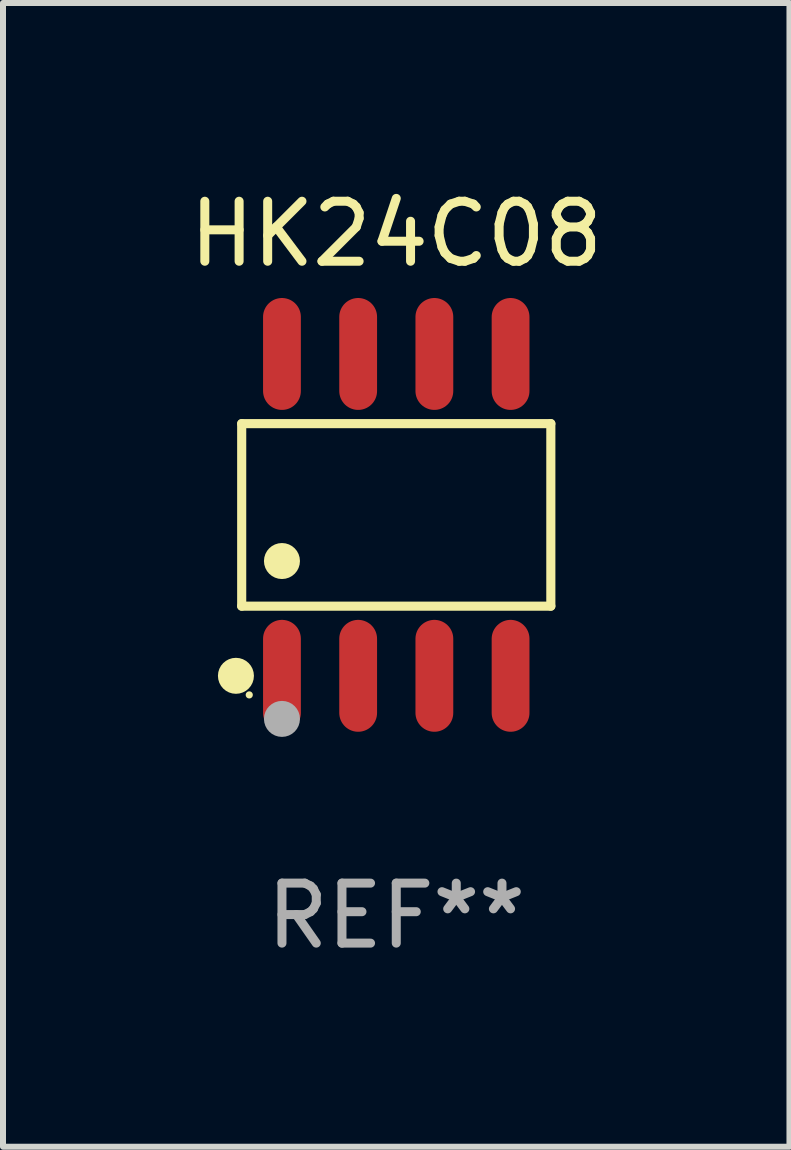
<source format=kicad_pcb>
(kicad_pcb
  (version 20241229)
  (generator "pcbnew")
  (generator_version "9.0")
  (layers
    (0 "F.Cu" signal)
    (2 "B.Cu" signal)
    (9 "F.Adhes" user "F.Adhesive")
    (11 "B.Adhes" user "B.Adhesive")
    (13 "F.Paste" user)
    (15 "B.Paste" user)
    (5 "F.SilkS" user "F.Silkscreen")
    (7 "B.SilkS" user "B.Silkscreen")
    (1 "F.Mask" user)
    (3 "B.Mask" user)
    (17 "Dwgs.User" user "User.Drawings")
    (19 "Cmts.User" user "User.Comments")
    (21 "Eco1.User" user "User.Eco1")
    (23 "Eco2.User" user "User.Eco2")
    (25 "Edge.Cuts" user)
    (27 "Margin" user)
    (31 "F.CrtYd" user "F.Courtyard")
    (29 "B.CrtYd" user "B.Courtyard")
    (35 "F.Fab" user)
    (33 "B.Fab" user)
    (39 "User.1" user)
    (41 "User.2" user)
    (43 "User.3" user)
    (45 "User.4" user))
  (footprint "HK24C08"
    (layer "F.Cu")
    (at 3.554 5.531)
    (property "Reference" "HK24C08" (at 0 -4.682 0) (layer "F.SilkS") (effects (font (size 1 1) (thickness 0.15))))
    (attr through_hole)
    (fp_line (start -2.576 -1.521) (end 2.576 -1.521) (stroke (width 0.152) (type solid)) (layer "F.SilkS"))
    (fp_line (start -2.576 1.521) (end -2.576 -1.521) (stroke (width 0.152) (type solid)) (layer "F.SilkS"))
    (fp_line (start 2.576 -1.521) (end 2.576 1.521) (stroke (width 0.152) (type solid)) (layer "F.SilkS"))
    (fp_line (start 2.576 1.521) (end -2.576 1.521) (stroke (width 0.152) (type solid)) (layer "F.SilkS"))
    (fp_circle (center -2.672 2.682) (end -2.522 2.682) (stroke (width 0.3) (type solid)) (fill no) (layer "F.SilkS"))
    (fp_circle (center -2.45 3) (end -2.42 3) (stroke (width 0.06) (type solid)) (fill no) (layer "F.SilkS"))
    (fp_circle (center -1.905 0.769) (end -1.755 0.769) (stroke (width 0.3) (type solid)) (fill no) (layer "F.SilkS"))
    (fp_circle (center -1.905 3.4) (end -1.755 3.4) (stroke (width 0.3) (type solid)) (fill no) (layer "F.Fab"))
    (fp_text user "REF**" (at 0 6.682 0) (layer "F.Fab") (effects (font (size 1 1) (thickness 0.15))))
    (pad "1" smd oval (at -1.905 2.682) (size 0.63 1.865) (layers "F.Cu" "F.Mask" "F.Paste"))
    (pad "2" smd oval (at -0.635 2.682) (size 0.63 1.865) (layers "F.Cu" "F.Mask" "F.Paste"))
    (pad "3" smd oval (at 0.635 2.682) (size 0.63 1.865) (layers "F.Cu" "F.Mask" "F.Paste"))
    (pad "4" smd oval (at 1.905 2.682) (size 0.63 1.865) (layers "F.Cu" "F.Mask" "F.Paste"))
    (pad "5" smd oval (at 1.905 -2.682) (size 0.63 1.865) (layers "F.Cu" "F.Mask" "F.Paste"))
    (pad "6" smd oval (at 0.635 -2.682) (size 0.63 1.865) (layers "F.Cu" "F.Mask" "F.Paste"))
    (pad "7" smd oval (at -0.635 -2.682) (size 0.63 1.865) (layers "F.Cu" "F.Mask" "F.Paste"))
    (pad "8" smd oval (at -1.905 -2.682) (size 0.63 1.865) (layers "F.Cu" "F.Mask" "F.Paste")))
  (gr_rect
    (start -3 -3)
    (end 10.107 16.061)
    (stroke (width 0.1) (type default))
    (fill no)
    (layer "Edge.Cuts")))
</source>
